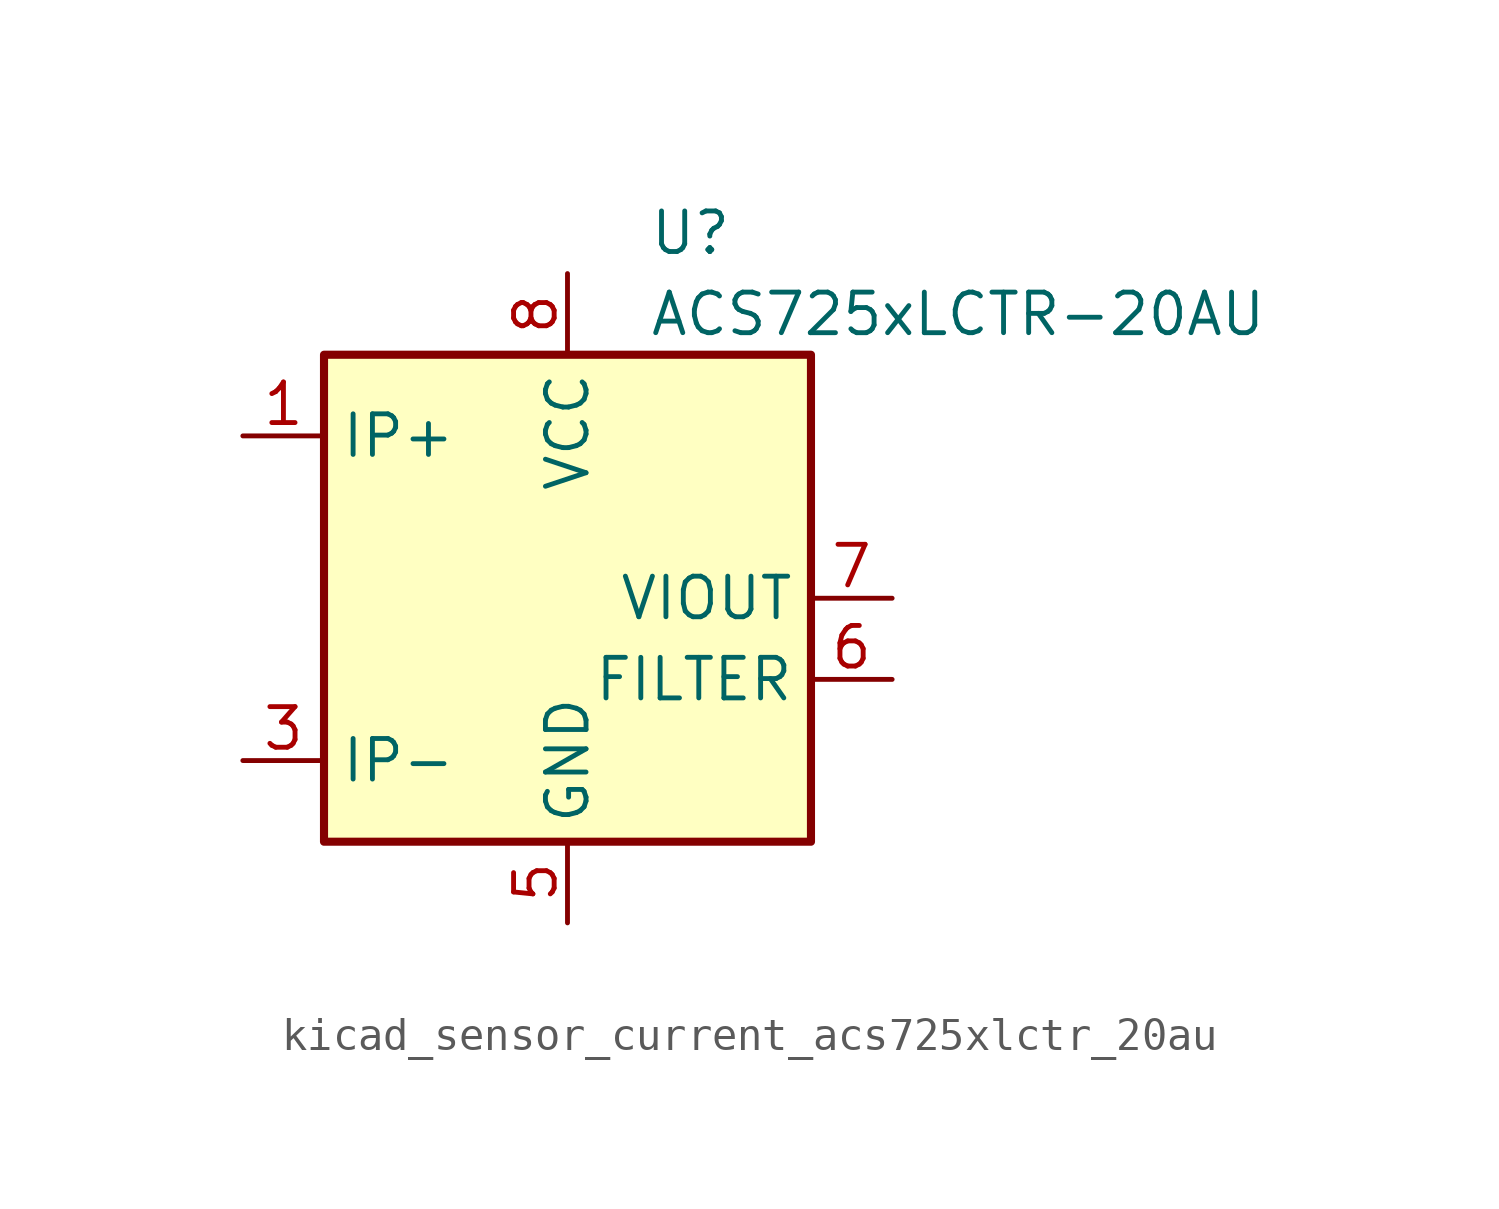
<source format=kicad_sym>
(kicad_symbol_lib
  (version 20220914)
  (generator kicad_symbol_editor)
  (symbol "kicad_sensor_current_acs725xlctr_20au"
    (property "Reference" "U"
      (at 2.54 11.43 0)
      (effects (font (size 1.27 1.27)) (justify left)))
    (property "Value" "ACS725xLCTR-20AU"
      (at 2.54 8.89 0)
      (effects (font (size 1.27 1.27)) (justify left)))
    (symbol "kicad_sensor_current_acs725xlctr_20au_0_1"
      (rectangle (start -7.62 7.62) (end 7.62 -7.62) (stroke (width 0.254) (type default)) (fill (type background))))
    (symbol "kicad_sensor_current_acs725xlctr_20au_1_1"
      (pin passive line (at -10.16 5.08 0) (length 2.54) (name "IP+" (effects (font (size 1.27 1.27)))) (number "1" (effects (font (size 1.27 1.27)))))
      (pin passive line (at -10.16 5.08 0) (length 2.54) hide (name "IP+" (effects (font (size 1.27 1.27)))) (number "2" (effects (font (size 1.27 1.27)))))
      (pin passive line (at -10.16 -5.08 0) (length 2.54) (name "IP-" (effects (font (size 1.27 1.27)))) (number "3" (effects (font (size 1.27 1.27)))))
      (pin passive line (at -10.16 -5.08 0) (length 2.54) hide (name "IP-" (effects (font (size 1.27 1.27)))) (number "4" (effects (font (size 1.27 1.27)))))
      (pin power_in line (at 0 -10.16 90) (length 2.54) (name "GND" (effects (font (size 1.27 1.27)))) (number "5" (effects (font (size 1.27 1.27)))))
      (pin passive line (at 10.16 -2.54 180) (length 2.54) (name "FILTER" (effects (font (size 1.27 1.27)))) (number "6" (effects (font (size 1.27 1.27)))))
      (pin output line (at 10.16 0 180) (length 2.54) (name "VIOUT" (effects (font (size 1.27 1.27)))) (number "7" (effects (font (size 1.27 1.27)))))
      (pin power_in line (at 0 10.16 270) (length 2.54) (name "VCC" (effects (font (size 1.27 1.27)))) (number "8" (effects (font (size 1.27 1.27))))))))
</source>
